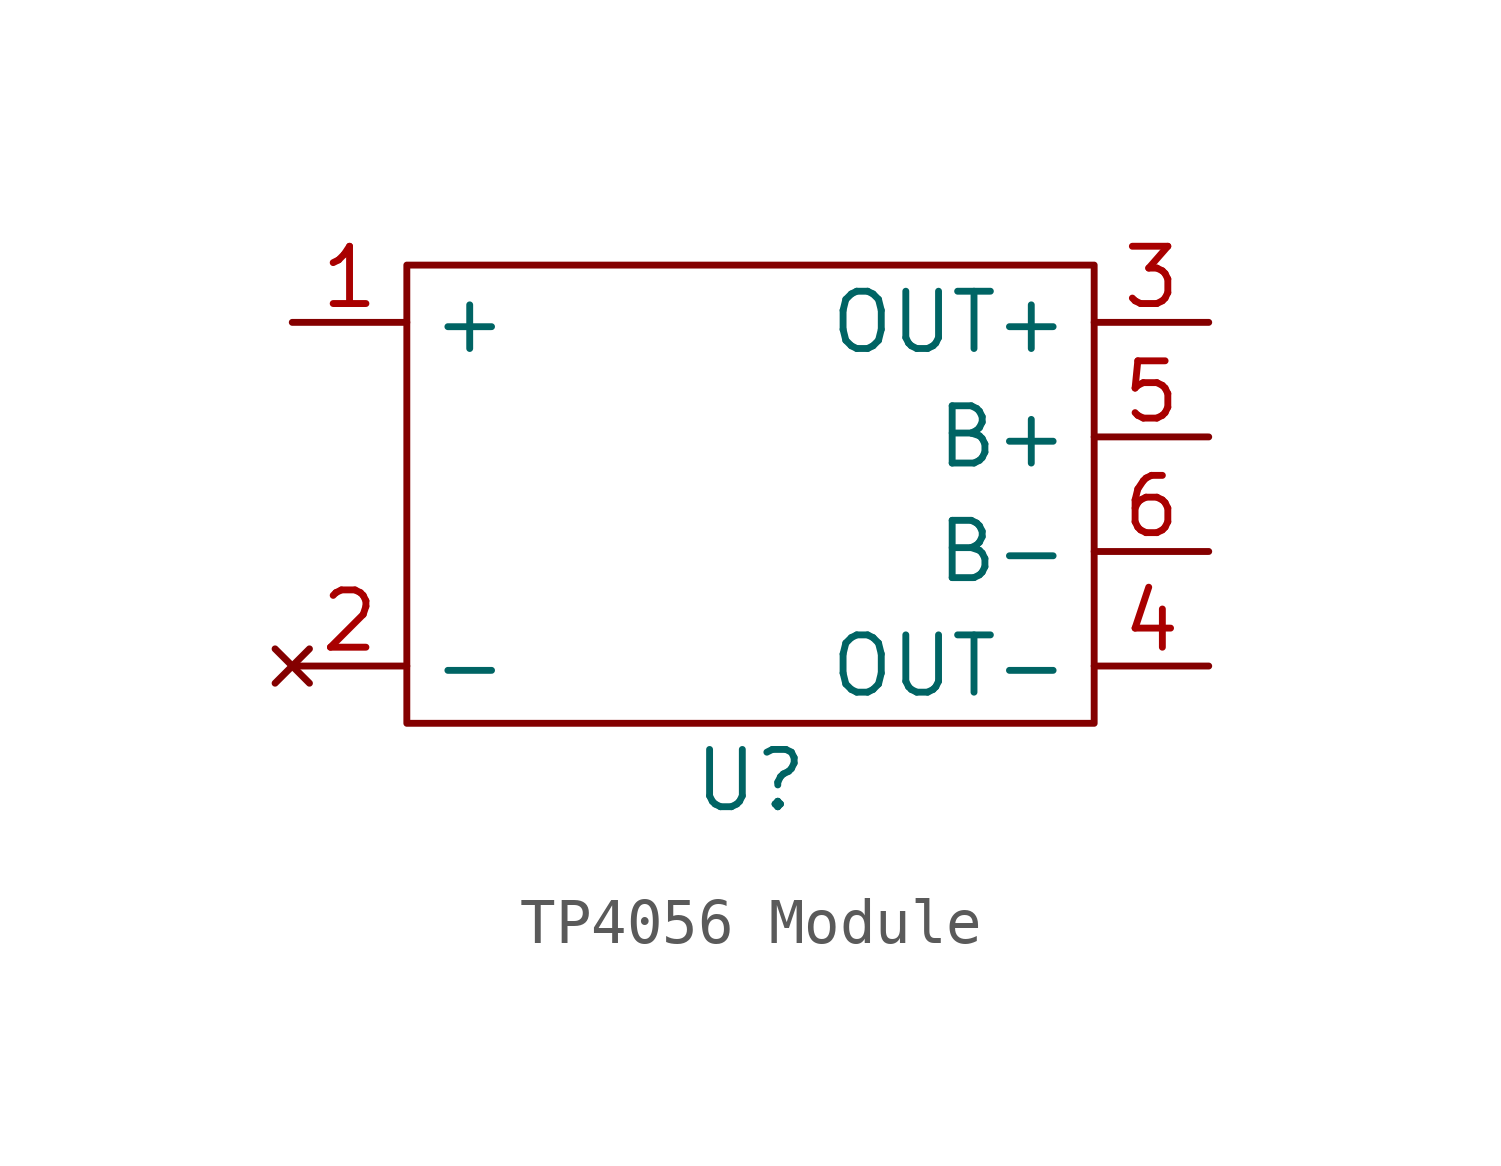
<source format=kicad_sym>
(kicad_symbol_lib
  (version 20220914)
  (generator kicad_symbol_editor)
  (symbol "TP4056 Module"
    (property "Reference" "U"
      (at 0 0 0)
      (effects (font (size 1.27 1.27))))
    (property "Value" ""
      (at 0 0 0)
      (effects (font (size 1.27 1.27))))
    (symbol "TP4056 Module_0_1"
      (rectangle (start -7.62 11.43) (end 7.62 1.27) (stroke (width 0) (type default)) (fill (type none))))
    (symbol "TP4056 Module_1_1"
      (pin output line (at -10.16 10.16 0) (length 2.54) (name "+" (effects (font (size 1.27 1.27)))) (number "1" (effects (font (size 1.27 1.27)))))
      (pin no_connect line (at -10.16 2.54 0) (length 2.54) (name "-" (effects (font (size 1.27 1.27)))) (number "2" (effects (font (size 1.27 1.27)))))
      (pin output line (at 10.16 10.16 180) (length 2.54) (name "OUT+" (effects (font (size 1.27 1.27)))) (number "3" (effects (font (size 1.27 1.27)))))
      (pin output line (at 10.16 2.54 180) (length 2.54) (name "OUT-" (effects (font (size 1.27 1.27)))) (number "4" (effects (font (size 1.27 1.27)))))
      (pin bidirectional line (at 10.16 7.62 180) (length 2.54) (name "B+" (effects (font (size 1.27 1.27)))) (number "5" (effects (font (size 1.27 1.27)))))
      (pin bidirectional line (at 10.16 5.08 180) (length 2.54) (name "B-" (effects (font (size 1.27 1.27)))) (number "6" (effects (font (size 1.27 1.27))))))))
</source>
